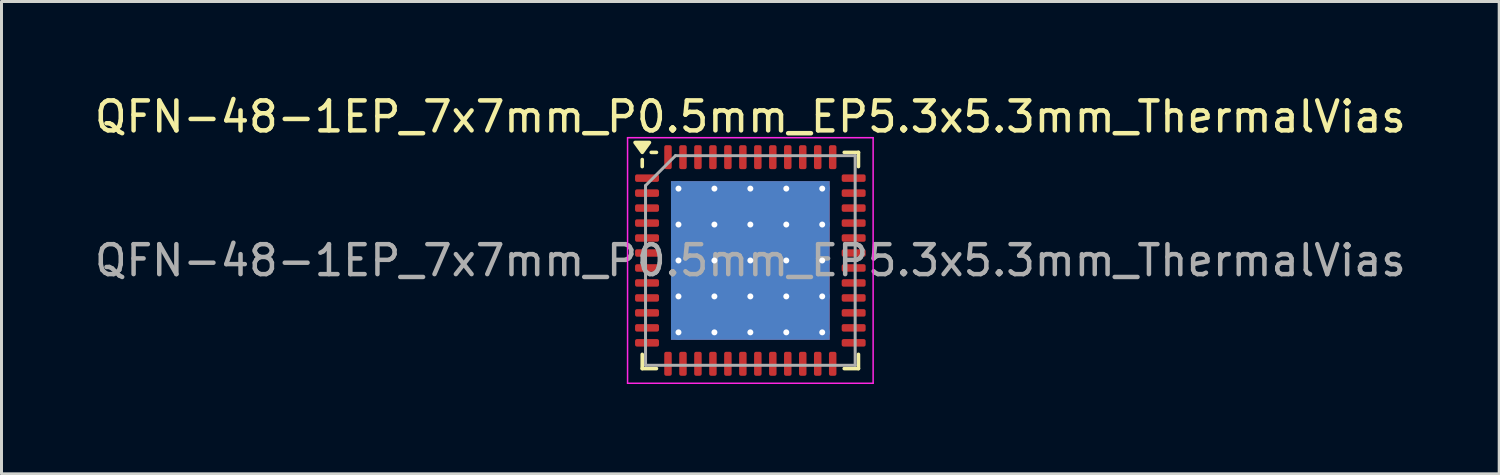
<source format=kicad_pcb>
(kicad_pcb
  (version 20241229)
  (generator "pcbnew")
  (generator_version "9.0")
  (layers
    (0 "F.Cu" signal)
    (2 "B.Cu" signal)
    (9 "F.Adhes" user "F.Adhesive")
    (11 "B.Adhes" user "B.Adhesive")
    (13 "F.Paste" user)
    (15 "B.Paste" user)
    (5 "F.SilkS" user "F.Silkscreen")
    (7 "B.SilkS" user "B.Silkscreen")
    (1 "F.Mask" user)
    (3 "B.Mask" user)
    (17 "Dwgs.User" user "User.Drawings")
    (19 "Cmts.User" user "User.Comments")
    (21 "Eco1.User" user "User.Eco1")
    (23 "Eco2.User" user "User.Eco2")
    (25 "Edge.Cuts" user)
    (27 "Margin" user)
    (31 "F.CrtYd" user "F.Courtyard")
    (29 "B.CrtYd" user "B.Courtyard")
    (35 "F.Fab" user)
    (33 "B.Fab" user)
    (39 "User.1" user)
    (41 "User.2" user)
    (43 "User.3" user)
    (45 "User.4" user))
  (footprint "QFN-48-1EP_7x7mm_P0.5mm_EP5.3x5.3mm_ThermalVias"
    (layer "F.Cu")
    (at 22.006 5.648)
    (property "Reference" "QFN-48-1EP_7x7mm_P0.5mm_EP5.3x5.3mm_ThermalVias" (at 0 -4.8 0) (layer "F.SilkS") (effects (font (size 1 1) (thickness 0.15))))
    (attr smd)
    (fp_line (start -3.61 -3.135) (end -3.61 -3.37) (stroke (width 0.12) (type solid)) (layer "F.SilkS"))
    (fp_line (start -3.61 3.61) (end -3.61 3.135) (stroke (width 0.12) (type solid)) (layer "F.SilkS"))
    (fp_line (start -3.135 -3.61) (end -3.31 -3.61) (stroke (width 0.12) (type solid)) (layer "F.SilkS"))
    (fp_line (start -3.135 3.61) (end -3.61 3.61) (stroke (width 0.12) (type solid)) (layer "F.SilkS"))
    (fp_line (start 3.135 -3.61) (end 3.61 -3.61) (stroke (width 0.12) (type solid)) (layer "F.SilkS"))
    (fp_line (start 3.135 3.61) (end 3.61 3.61) (stroke (width 0.12) (type solid)) (layer "F.SilkS"))
    (fp_line (start 3.61 -3.61) (end 3.61 -3.135) (stroke (width 0.12) (type solid)) (layer "F.SilkS"))
    (fp_line (start 3.61 3.61) (end 3.61 3.135) (stroke (width 0.12) (type solid)) (layer "F.SilkS"))
    (fp_poly (pts (xy -3.61 -3.61) (xy -3.85 -3.94) (xy -3.37 -3.94) (xy -3.61 -3.61)) (stroke (width 0.12) (type solid)) (fill yes) (layer "F.SilkS"))
    (fp_line (start -4.1 -4.1) (end -4.1 4.1) (stroke (width 0.05) (type solid)) (layer "F.CrtYd"))
    (fp_line (start -4.1 4.1) (end 4.1 4.1) (stroke (width 0.05) (type solid)) (layer "F.CrtYd"))
    (fp_line (start 4.1 -4.1) (end -4.1 -4.1) (stroke (width 0.05) (type solid)) (layer "F.CrtYd"))
    (fp_line (start 4.1 4.1) (end 4.1 -4.1) (stroke (width 0.05) (type solid)) (layer "F.CrtYd"))
    (fp_line (start -3.5 -2.5) (end -2.5 -3.5) (stroke (width 0.1) (type solid)) (layer "F.Fab"))
    (fp_line (start -3.5 3.5) (end -3.5 -2.5) (stroke (width 0.1) (type solid)) (layer "F.Fab"))
    (fp_line (start -2.5 -3.5) (end 3.5 -3.5) (stroke (width 0.1) (type solid)) (layer "F.Fab"))
    (fp_line (start 3.5 -3.5) (end 3.5 3.5) (stroke (width 0.1) (type solid)) (layer "F.Fab"))
    (fp_line (start 3.5 3.5) (end -3.5 3.5) (stroke (width 0.1) (type solid)) (layer "F.Fab"))
    (fp_text user "${REFERENCE}" (at 0 0 0) (layer "F.Fab") (effects (font (size 1 1) (thickness 0.15))))
    (pad "" smd roundrect (at -1.8 -1.8) (size 1.026 1.026) (layers "F.Paste") (roundrect_rratio 0.244))
    (pad "" smd roundrect (at -1.8 -0.6) (size 1.026 1.026) (layers "F.Paste") (roundrect_rratio 0.244))
    (pad "" smd roundrect (at -1.8 0.6) (size 1.026 1.026) (layers "F.Paste") (roundrect_rratio 0.244))
    (pad "" smd roundrect (at -1.8 1.8) (size 1.026 1.026) (layers "F.Paste") (roundrect_rratio 0.244))
    (pad "" smd roundrect (at -0.6 -1.8) (size 1.026 1.026) (layers "F.Paste") (roundrect_rratio 0.244))
    (pad "" smd roundrect (at -0.6 -0.6) (size 1.026 1.026) (layers "F.Paste") (roundrect_rratio 0.244))
    (pad "" smd roundrect (at -0.6 0.6) (size 1.026 1.026) (layers "F.Paste") (roundrect_rratio 0.244))
    (pad "" smd roundrect (at -0.6 1.8) (size 1.026 1.026) (layers "F.Paste") (roundrect_rratio 0.244))
    (pad "" smd roundrect (at 0.6 -1.8) (size 1.026 1.026) (layers "F.Paste") (roundrect_rratio 0.244))
    (pad "" smd roundrect (at 0.6 -0.6) (size 1.026 1.026) (layers "F.Paste") (roundrect_rratio 0.244))
    (pad "" smd roundrect (at 0.6 0.6) (size 1.026 1.026) (layers "F.Paste") (roundrect_rratio 0.244))
    (pad "" smd roundrect (at 0.6 1.8) (size 1.026 1.026) (layers "F.Paste") (roundrect_rratio 0.244))
    (pad "" smd roundrect (at 1.8 -1.8) (size 1.026 1.026) (layers "F.Paste") (roundrect_rratio 0.244))
    (pad "" smd roundrect (at 1.8 -0.6) (size 1.026 1.026) (layers "F.Paste") (roundrect_rratio 0.244))
    (pad "" smd roundrect (at 1.8 0.6) (size 1.026 1.026) (layers "F.Paste") (roundrect_rratio 0.244))
    (pad "" smd roundrect (at 1.8 1.8) (size 1.026 1.026) (layers "F.Paste") (roundrect_rratio 0.244))
    (pad "1" smd roundrect (at -3.45 -2.75) (size 0.8 0.25) (layers "F.Cu" "F.Mask" "F.Paste") (roundrect_rratio 0.25))
    (pad "2" smd roundrect (at -3.45 -2.25) (size 0.8 0.25) (layers "F.Cu" "F.Mask" "F.Paste") (roundrect_rratio 0.25))
    (pad "3" smd roundrect (at -3.45 -1.75) (size 0.8 0.25) (layers "F.Cu" "F.Mask" "F.Paste") (roundrect_rratio 0.25))
    (pad "4" smd roundrect (at -3.45 -1.25) (size 0.8 0.25) (layers "F.Cu" "F.Mask" "F.Paste") (roundrect_rratio 0.25))
    (pad "5" smd roundrect (at -3.45 -0.75) (size 0.8 0.25) (layers "F.Cu" "F.Mask" "F.Paste") (roundrect_rratio 0.25))
    (pad "6" smd roundrect (at -3.45 -0.25) (size 0.8 0.25) (layers "F.Cu" "F.Mask" "F.Paste") (roundrect_rratio 0.25))
    (pad "7" smd roundrect (at -3.45 0.25) (size 0.8 0.25) (layers "F.Cu" "F.Mask" "F.Paste") (roundrect_rratio 0.25))
    (pad "8" smd roundrect (at -3.45 0.75) (size 0.8 0.25) (layers "F.Cu" "F.Mask" "F.Paste") (roundrect_rratio 0.25))
    (pad "9" smd roundrect (at -3.45 1.25) (size 0.8 0.25) (layers "F.Cu" "F.Mask" "F.Paste") (roundrect_rratio 0.25))
    (pad "10" smd roundrect (at -3.45 1.75) (size 0.8 0.25) (layers "F.Cu" "F.Mask" "F.Paste") (roundrect_rratio 0.25))
    (pad "11" smd roundrect (at -3.45 2.25) (size 0.8 0.25) (layers "F.Cu" "F.Mask" "F.Paste") (roundrect_rratio 0.25))
    (pad "12" smd roundrect (at -3.45 2.75) (size 0.8 0.25) (layers "F.Cu" "F.Mask" "F.Paste") (roundrect_rratio 0.25))
    (pad "13" smd roundrect (at -2.75 3.45) (size 0.25 0.8) (layers "F.Cu" "F.Mask" "F.Paste") (roundrect_rratio 0.25))
    (pad "14" smd roundrect (at -2.25 3.45) (size 0.25 0.8) (layers "F.Cu" "F.Mask" "F.Paste") (roundrect_rratio 0.25))
    (pad "15" smd roundrect (at -1.75 3.45) (size 0.25 0.8) (layers "F.Cu" "F.Mask" "F.Paste") (roundrect_rratio 0.25))
    (pad "16" smd roundrect (at -1.25 3.45) (size 0.25 0.8) (layers "F.Cu" "F.Mask" "F.Paste") (roundrect_rratio 0.25))
    (pad "17" smd roundrect (at -0.75 3.45) (size 0.25 0.8) (layers "F.Cu" "F.Mask" "F.Paste") (roundrect_rratio 0.25))
    (pad "18" smd roundrect (at -0.25 3.45) (size 0.25 0.8) (layers "F.Cu" "F.Mask" "F.Paste") (roundrect_rratio 0.25))
    (pad "19" smd roundrect (at 0.25 3.45) (size 0.25 0.8) (layers "F.Cu" "F.Mask" "F.Paste") (roundrect_rratio 0.25))
    (pad "20" smd roundrect (at 0.75 3.45) (size 0.25 0.8) (layers "F.Cu" "F.Mask" "F.Paste") (roundrect_rratio 0.25))
    (pad "21" smd roundrect (at 1.25 3.45) (size 0.25 0.8) (layers "F.Cu" "F.Mask" "F.Paste") (roundrect_rratio 0.25))
    (pad "22" smd roundrect (at 1.75 3.45) (size 0.25 0.8) (layers "F.Cu" "F.Mask" "F.Paste") (roundrect_rratio 0.25))
    (pad "23" smd roundrect (at 2.25 3.45) (size 0.25 0.8) (layers "F.Cu" "F.Mask" "F.Paste") (roundrect_rratio 0.25))
    (pad "24" smd roundrect (at 2.75 3.45) (size 0.25 0.8) (layers "F.Cu" "F.Mask" "F.Paste") (roundrect_rratio 0.25))
    (pad "25" smd roundrect (at 3.45 2.75) (size 0.8 0.25) (layers "F.Cu" "F.Mask" "F.Paste") (roundrect_rratio 0.25))
    (pad "26" smd roundrect (at 3.45 2.25) (size 0.8 0.25) (layers "F.Cu" "F.Mask" "F.Paste") (roundrect_rratio 0.25))
    (pad "27" smd roundrect (at 3.45 1.75) (size 0.8 0.25) (layers "F.Cu" "F.Mask" "F.Paste") (roundrect_rratio 0.25))
    (pad "28" smd roundrect (at 3.45 1.25) (size 0.8 0.25) (layers "F.Cu" "F.Mask" "F.Paste") (roundrect_rratio 0.25))
    (pad "29" smd roundrect (at 3.45 0.75) (size 0.8 0.25) (layers "F.Cu" "F.Mask" "F.Paste") (roundrect_rratio 0.25))
    (pad "30" smd roundrect (at 3.45 0.25) (size 0.8 0.25) (layers "F.Cu" "F.Mask" "F.Paste") (roundrect_rratio 0.25))
    (pad "31" smd roundrect (at 3.45 -0.25) (size 0.8 0.25) (layers "F.Cu" "F.Mask" "F.Paste") (roundrect_rratio 0.25))
    (pad "32" smd roundrect (at 3.45 -0.75) (size 0.8 0.25) (layers "F.Cu" "F.Mask" "F.Paste") (roundrect_rratio 0.25))
    (pad "33" smd roundrect (at 3.45 -1.25) (size 0.8 0.25) (layers "F.Cu" "F.Mask" "F.Paste") (roundrect_rratio 0.25))
    (pad "34" smd roundrect (at 3.45 -1.75) (size 0.8 0.25) (layers "F.Cu" "F.Mask" "F.Paste") (roundrect_rratio 0.25))
    (pad "35" smd roundrect (at 3.45 -2.25) (size 0.8 0.25) (layers "F.Cu" "F.Mask" "F.Paste") (roundrect_rratio 0.25))
    (pad "36" smd roundrect (at 3.45 -2.75) (size 0.8 0.25) (layers "F.Cu" "F.Mask" "F.Paste") (roundrect_rratio 0.25))
    (pad "37" smd roundrect (at 2.75 -3.45) (size 0.25 0.8) (layers "F.Cu" "F.Mask" "F.Paste") (roundrect_rratio 0.25))
    (pad "38" smd roundrect (at 2.25 -3.45) (size 0.25 0.8) (layers "F.Cu" "F.Mask" "F.Paste") (roundrect_rratio 0.25))
    (pad "39" smd roundrect (at 1.75 -3.45) (size 0.25 0.8) (layers "F.Cu" "F.Mask" "F.Paste") (roundrect_rratio 0.25))
    (pad "40" smd roundrect (at 1.25 -3.45) (size 0.25 0.8) (layers "F.Cu" "F.Mask" "F.Paste") (roundrect_rratio 0.25))
    (pad "41" smd roundrect (at 0.75 -3.45) (size 0.25 0.8) (layers "F.Cu" "F.Mask" "F.Paste") (roundrect_rratio 0.25))
    (pad "42" smd roundrect (at 0.25 -3.45) (size 0.25 0.8) (layers "F.Cu" "F.Mask" "F.Paste") (roundrect_rratio 0.25))
    (pad "43" smd roundrect (at -0.25 -3.45) (size 0.25 0.8) (layers "F.Cu" "F.Mask" "F.Paste") (roundrect_rratio 0.25))
    (pad "44" smd roundrect (at -0.75 -3.45) (size 0.25 0.8) (layers "F.Cu" "F.Mask" "F.Paste") (roundrect_rratio 0.25))
    (pad "45" smd roundrect (at -1.25 -3.45) (size 0.25 0.8) (layers "F.Cu" "F.Mask" "F.Paste") (roundrect_rratio 0.25))
    (pad "46" smd roundrect (at -1.75 -3.45) (size 0.25 0.8) (layers "F.Cu" "F.Mask" "F.Paste") (roundrect_rratio 0.25))
    (pad "47" smd roundrect (at -2.25 -3.45) (size 0.25 0.8) (layers "F.Cu" "F.Mask" "F.Paste") (roundrect_rratio 0.25))
    (pad "48" smd roundrect (at -2.75 -3.45) (size 0.25 0.8) (layers "F.Cu" "F.Mask" "F.Paste") (roundrect_rratio 0.25))
    (pad "49" thru_hole circle (at -2.4 -2.4) (size 0.5 0.5) (drill 0.2) (property pad_prop_heatsink) (layers "*.Cu"))
    (pad "49" thru_hole circle (at -2.4 -1.2) (size 0.5 0.5) (drill 0.2) (property pad_prop_heatsink) (layers "*.Cu"))
    (pad "49" thru_hole circle (at -2.4 0) (size 0.5 0.5) (drill 0.2) (property pad_prop_heatsink) (layers "*.Cu"))
    (pad "49" thru_hole circle (at -2.4 1.2) (size 0.5 0.5) (drill 0.2) (property pad_prop_heatsink) (layers "*.Cu"))
    (pad "49" thru_hole circle (at -2.4 2.4) (size 0.5 0.5) (drill 0.2) (property pad_prop_heatsink) (layers "*.Cu"))
    (pad "49" thru_hole circle (at -1.2 -2.4) (size 0.5 0.5) (drill 0.2) (property pad_prop_heatsink) (layers "*.Cu"))
    (pad "49" thru_hole circle (at -1.2 -1.2) (size 0.5 0.5) (drill 0.2) (property pad_prop_heatsink) (layers "*.Cu"))
    (pad "49" thru_hole circle (at -1.2 0) (size 0.5 0.5) (drill 0.2) (property pad_prop_heatsink) (layers "*.Cu"))
    (pad "49" thru_hole circle (at -1.2 1.2) (size 0.5 0.5) (drill 0.2) (property pad_prop_heatsink) (layers "*.Cu"))
    (pad "49" thru_hole circle (at -1.2 2.4) (size 0.5 0.5) (drill 0.2) (property pad_prop_heatsink) (layers "*.Cu"))
    (pad "49" thru_hole circle (at 0 -2.4) (size 0.5 0.5) (drill 0.2) (property pad_prop_heatsink) (layers "*.Cu"))
    (pad "49" thru_hole circle (at 0 -1.2) (size 0.5 0.5) (drill 0.2) (property pad_prop_heatsink) (layers "*.Cu"))
    (pad "49" thru_hole circle (at 0 0) (size 0.5 0.5) (drill 0.2) (property pad_prop_heatsink) (layers "*.Cu"))
    (pad "49" smd rect (at 0 0) (size 5.3 5.3) (property pad_prop_heatsink) (layers "F.Cu" "F.Mask"))
    (pad "49" smd rect (at 0 0) (size 5.3 5.3) (property pad_prop_heatsink) (layers "B.Cu"))
    (pad "49" thru_hole circle (at 0 1.2) (size 0.5 0.5) (drill 0.2) (property pad_prop_heatsink) (layers "*.Cu"))
    (pad "49" thru_hole circle (at 0 2.4) (size 0.5 0.5) (drill 0.2) (property pad_prop_heatsink) (layers "*.Cu"))
    (pad "49" thru_hole circle (at 1.2 -2.4) (size 0.5 0.5) (drill 0.2) (property pad_prop_heatsink) (layers "*.Cu"))
    (pad "49" thru_hole circle (at 1.2 -1.2) (size 0.5 0.5) (drill 0.2) (property pad_prop_heatsink) (layers "*.Cu"))
    (pad "49" thru_hole circle (at 1.2 0) (size 0.5 0.5) (drill 0.2) (property pad_prop_heatsink) (layers "*.Cu"))
    (pad "49" thru_hole circle (at 1.2 1.2) (size 0.5 0.5) (drill 0.2) (property pad_prop_heatsink) (layers "*.Cu"))
    (pad "49" thru_hole circle (at 1.2 2.4) (size 0.5 0.5) (drill 0.2) (property pad_prop_heatsink) (layers "*.Cu"))
    (pad "49" thru_hole circle (at 2.4 -2.4) (size 0.5 0.5) (drill 0.2) (property pad_prop_heatsink) (layers "*.Cu"))
    (pad "49" thru_hole circle (at 2.4 -1.2) (size 0.5 0.5) (drill 0.2) (property pad_prop_heatsink) (layers "*.Cu"))
    (pad "49" thru_hole circle (at 2.4 0) (size 0.5 0.5) (drill 0.2) (property pad_prop_heatsink) (layers "*.Cu"))
    (pad "49" thru_hole circle (at 2.4 1.2) (size 0.5 0.5) (drill 0.2) (property pad_prop_heatsink) (layers "*.Cu"))
    (pad "49" thru_hole circle (at 2.4 2.4) (size 0.5 0.5) (drill 0.2) (property pad_prop_heatsink) (layers "*.Cu")))
  (gr_rect
    (start -3 -3)
    (end 47.012 12.773)
    (stroke (width 0.1) (type default))
    (fill no)
    (layer "Edge.Cuts")))
</source>
